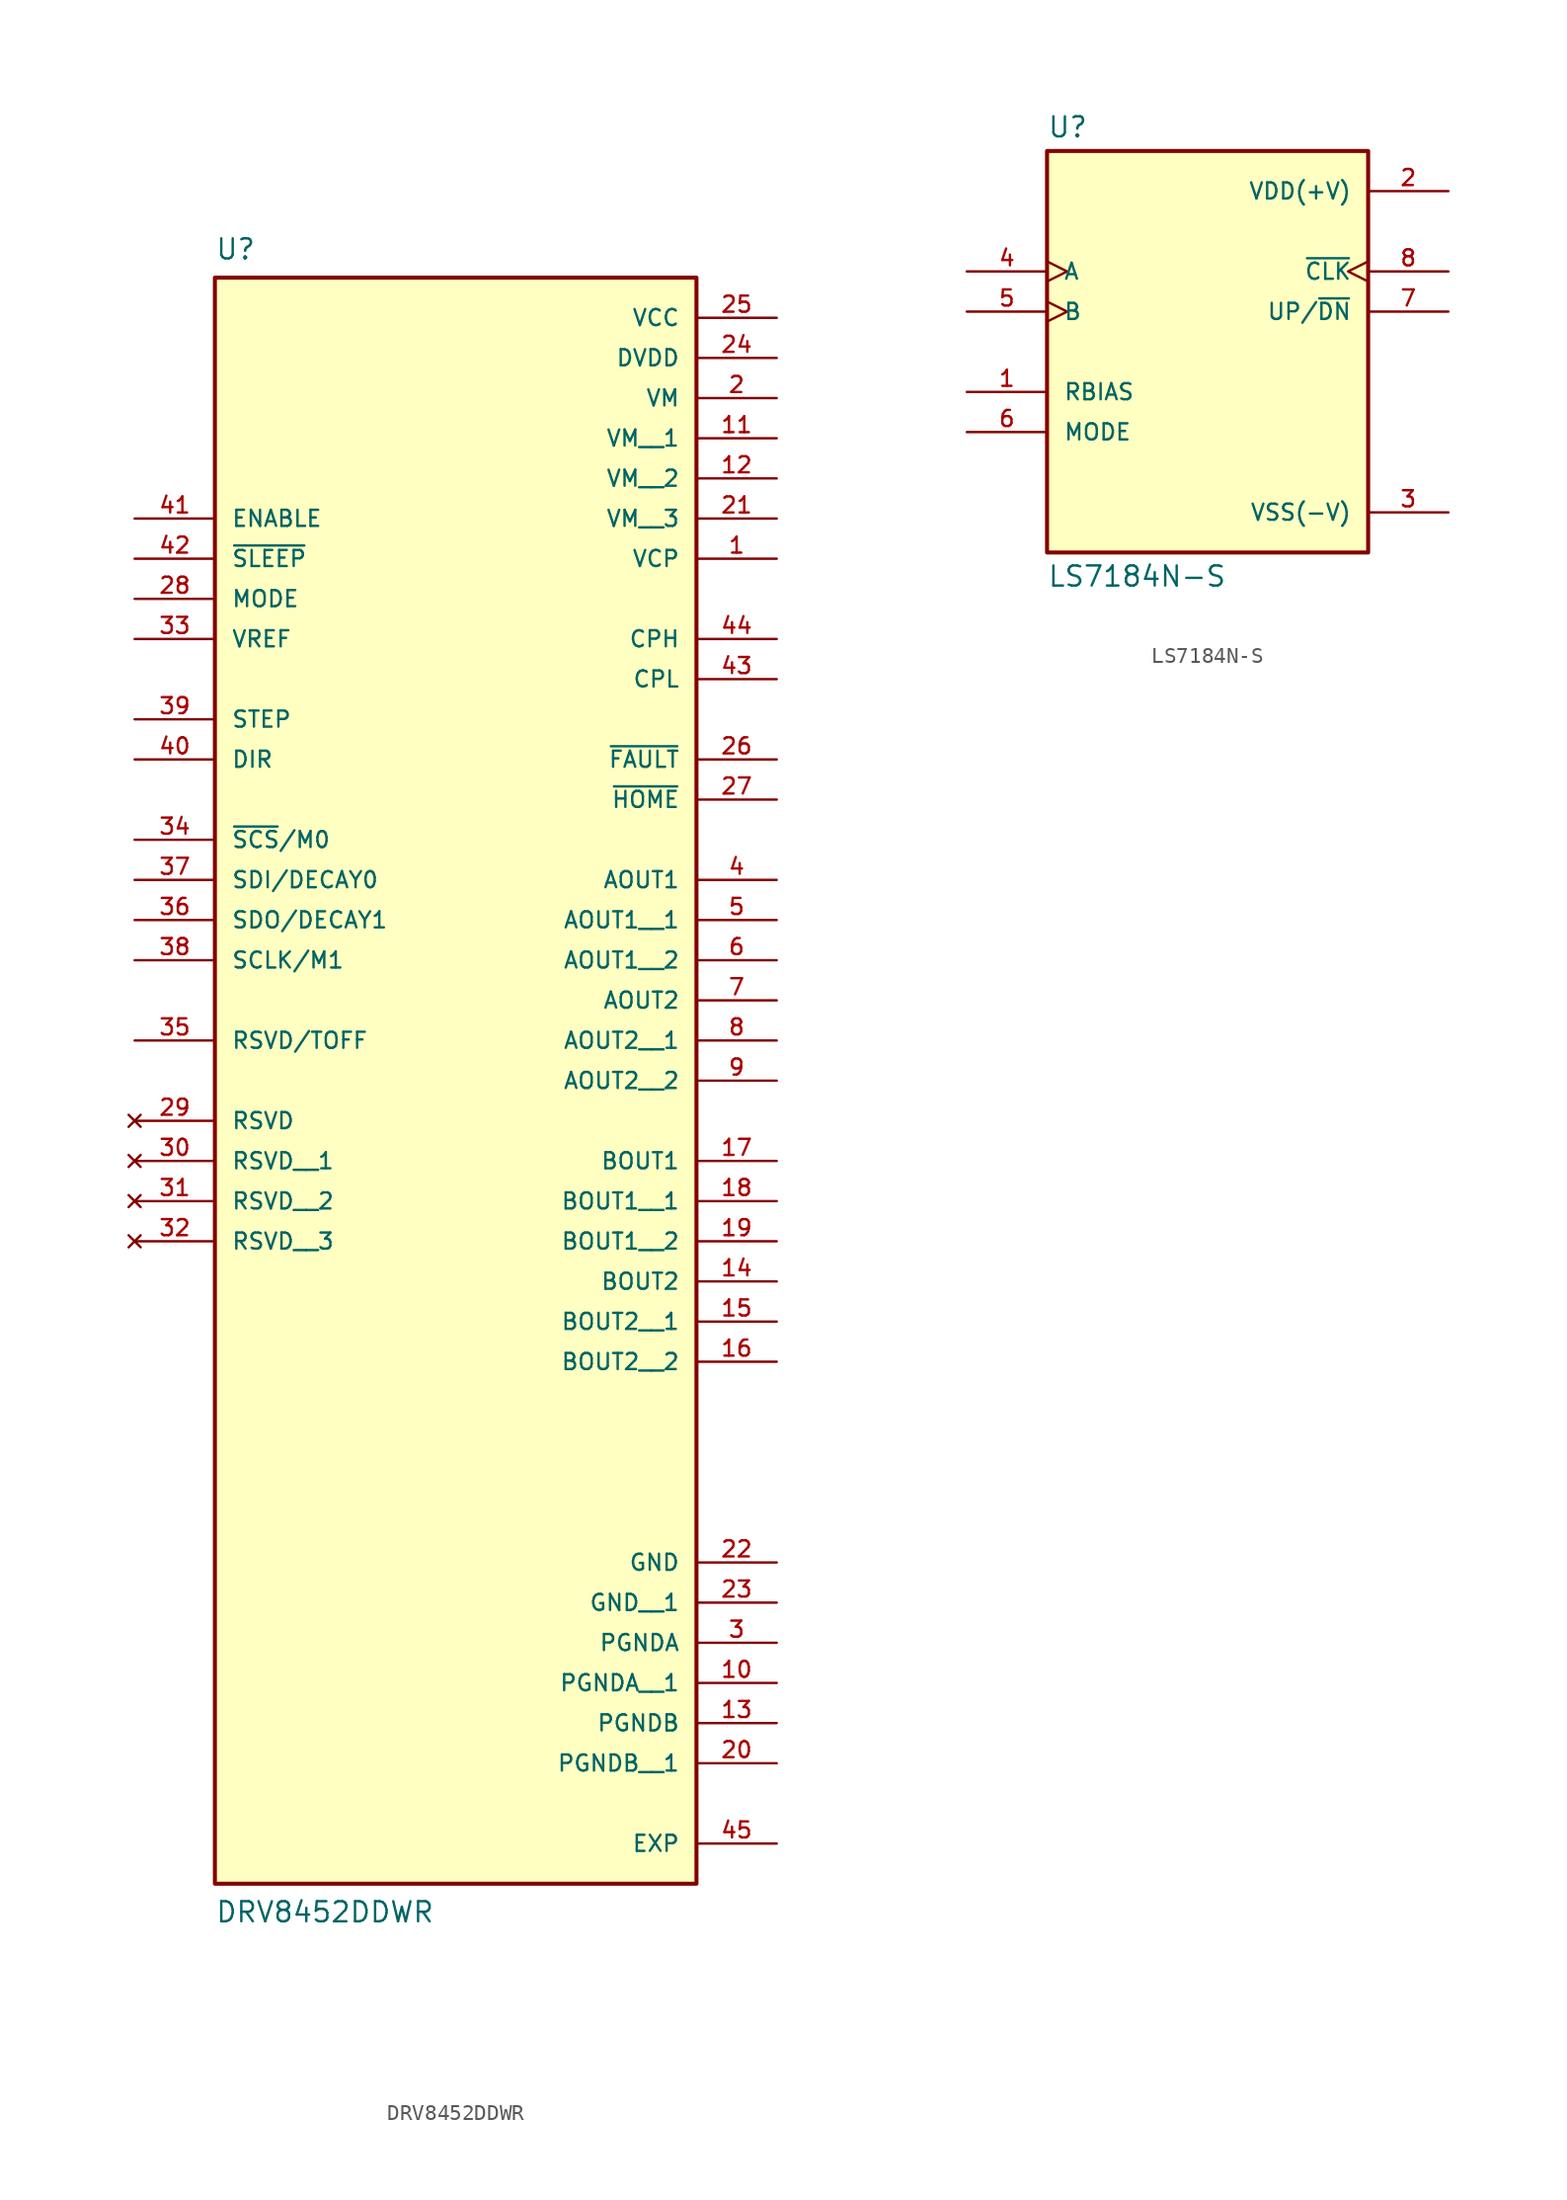
<source format=kicad_sym>
(kicad_symbol_lib
  (version 20241209)
  (generator "kicad_symbol_editor")
  (generator_version "9.0")
  (symbol "DRV8452DDWR"
    (pin_names
      (offset 1.016))
    (property "Reference" "U"
      (at -15.24 35.56 0)
      (effects (font (size 1.27 1.27)) (justify left top)))
    (property "Value" "DRV8452DDWR"
      (at -15.24 -71.12 0)
      (effects (font (size 1.27 1.27)) (justify left bottom)))
    (symbol "DRV8452DDWR_0_0"
      (rectangle (start -15.24 -68.58) (end 15.24 33.02) (stroke (width 0.254) (type default)) (fill (type background)))
      (pin input line (at -20.32 17.78 0) (length 5.08) (name "ENABLE" (effects (font (size 1.016 1.016)))) (number "41" (effects (font (size 1.016 1.016)))))
      (pin input line (at -20.32 15.24 0) (length 5.08) (name "~{SLEEP}" (effects (font (size 1.016 1.016)))) (number "42" (effects (font (size 1.016 1.016)))))
      (pin input line (at -20.32 12.7 0) (length 5.08) (name "MODE" (effects (font (size 1.016 1.016)))) (number "28" (effects (font (size 1.016 1.016)))))
      (pin input line (at -20.32 10.16 0) (length 5.08) (name "VREF" (effects (font (size 1.016 1.016)))) (number "33" (effects (font (size 1.016 1.016)))))
      (pin input line (at -20.32 5.08 0) (length 5.08) (name "STEP" (effects (font (size 1.016 1.016)))) (number "39" (effects (font (size 1.016 1.016)))))
      (pin input line (at -20.32 2.54 0) (length 5.08) (name "DIR" (effects (font (size 1.016 1.016)))) (number "40" (effects (font (size 1.016 1.016)))))
      (pin input line (at -20.32 -2.54 0) (length 5.08) (name "~{SCS}/M0" (effects (font (size 1.016 1.016)))) (number "34" (effects (font (size 1.016 1.016)))))
      (pin input line (at -20.32 -5.08 0) (length 5.08) (name "SDI/DECAY0" (effects (font (size 1.016 1.016)))) (number "37" (effects (font (size 1.016 1.016)))))
      (pin bidirectional line (at -20.32 -7.62 0) (length 5.08) (name "SDO/DECAY1" (effects (font (size 1.016 1.016)))) (number "36" (effects (font (size 1.016 1.016)))))
      (pin input line (at -20.32 -10.16 0) (length 5.08) (name "SCLK/M1" (effects (font (size 1.016 1.016)))) (number "38" (effects (font (size 1.016 1.016)))))
      (pin input line (at -20.32 -15.24 0) (length 5.08) (name "RSVD/TOFF" (effects (font (size 1.016 1.016)))) (number "35" (effects (font (size 1.016 1.016)))))
      (pin no_connect line (at -20.32 -20.32 0) (length 5.08) (name "RSVD" (effects (font (size 1.016 1.016)))) (number "29" (effects (font (size 1.016 1.016)))))
      (pin no_connect line (at -20.32 -22.86 0) (length 5.08) (name "RSVD__1" (effects (font (size 1.016 1.016)))) (number "30" (effects (font (size 1.016 1.016)))))
      (pin no_connect line (at -20.32 -25.4 0) (length 5.08) (name "RSVD__2" (effects (font (size 1.016 1.016)))) (number "31" (effects (font (size 1.016 1.016)))))
      (pin no_connect line (at -20.32 -27.94 0) (length 5.08) (name "RSVD__3" (effects (font (size 1.016 1.016)))) (number "32" (effects (font (size 1.016 1.016)))))
      (pin power_in line (at 20.32 30.48 180) (length 5.08) (name "VCC" (effects (font (size 1.016 1.016)))) (number "25" (effects (font (size 1.016 1.016)))))
      (pin power_in line (at 20.32 27.94 180) (length 5.08) (name "DVDD" (effects (font (size 1.016 1.016)))) (number "24" (effects (font (size 1.016 1.016)))))
      (pin power_in line (at 20.32 25.4 180) (length 5.08) (name "VM" (effects (font (size 1.016 1.016)))) (number "2" (effects (font (size 1.016 1.016)))))
      (pin power_in line (at 20.32 22.86 180) (length 5.08) (name "VM__1" (effects (font (size 1.016 1.016)))) (number "11" (effects (font (size 1.016 1.016)))))
      (pin power_in line (at 20.32 20.32 180) (length 5.08) (name "VM__2" (effects (font (size 1.016 1.016)))) (number "12" (effects (font (size 1.016 1.016)))))
      (pin power_in line (at 20.32 17.78 180) (length 5.08) (name "VM__3" (effects (font (size 1.016 1.016)))) (number "21" (effects (font (size 1.016 1.016)))))
      (pin power_in line (at 20.32 15.24 180) (length 5.08) (name "VCP" (effects (font (size 1.016 1.016)))) (number "1" (effects (font (size 1.016 1.016)))))
      (pin power_in line (at 20.32 10.16 180) (length 5.08) (name "CPH" (effects (font (size 1.016 1.016)))) (number "44" (effects (font (size 1.016 1.016)))))
      (pin power_in line (at 20.32 7.62 180) (length 5.08) (name "CPL" (effects (font (size 1.016 1.016)))) (number "43" (effects (font (size 1.016 1.016)))))
      (pin output line (at 20.32 2.54 180) (length 5.08) (name "~{FAULT}" (effects (font (size 1.016 1.016)))) (number "26" (effects (font (size 1.016 1.016)))))
      (pin output line (at 20.32 0 180) (length 5.08) (name "~{HOME}" (effects (font (size 1.016 1.016)))) (number "27" (effects (font (size 1.016 1.016)))))
      (pin output line (at 20.32 -5.08 180) (length 5.08) (name "AOUT1" (effects (font (size 1.016 1.016)))) (number "4" (effects (font (size 1.016 1.016)))))
      (pin output line (at 20.32 -7.62 180) (length 5.08) (name "AOUT1__1" (effects (font (size 1.016 1.016)))) (number "5" (effects (font (size 1.016 1.016)))))
      (pin output line (at 20.32 -10.16 180) (length 5.08) (name "AOUT1__2" (effects (font (size 1.016 1.016)))) (number "6" (effects (font (size 1.016 1.016)))))
      (pin output line (at 20.32 -12.7 180) (length 5.08) (name "AOUT2" (effects (font (size 1.016 1.016)))) (number "7" (effects (font (size 1.016 1.016)))))
      (pin output line (at 20.32 -15.24 180) (length 5.08) (name "AOUT2__1" (effects (font (size 1.016 1.016)))) (number "8" (effects (font (size 1.016 1.016)))))
      (pin output line (at 20.32 -17.78 180) (length 5.08) (name "AOUT2__2" (effects (font (size 1.016 1.016)))) (number "9" (effects (font (size 1.016 1.016)))))
      (pin output line (at 20.32 -22.86 180) (length 5.08) (name "BOUT1" (effects (font (size 1.016 1.016)))) (number "17" (effects (font (size 1.016 1.016)))))
      (pin output line (at 20.32 -25.4 180) (length 5.08) (name "BOUT1__1" (effects (font (size 1.016 1.016)))) (number "18" (effects (font (size 1.016 1.016)))))
      (pin output line (at 20.32 -27.94 180) (length 5.08) (name "BOUT1__2" (effects (font (size 1.016 1.016)))) (number "19" (effects (font (size 1.016 1.016)))))
      (pin output line (at 20.32 -30.48 180) (length 5.08) (name "BOUT2" (effects (font (size 1.016 1.016)))) (number "14" (effects (font (size 1.016 1.016)))))
      (pin output line (at 20.32 -33.02 180) (length 5.08) (name "BOUT2__1" (effects (font (size 1.016 1.016)))) (number "15" (effects (font (size 1.016 1.016)))))
      (pin output line (at 20.32 -35.56 180) (length 5.08) (name "BOUT2__2" (effects (font (size 1.016 1.016)))) (number "16" (effects (font (size 1.016 1.016)))))
      (pin power_in line (at 20.32 -48.26 180) (length 5.08) (name "GND" (effects (font (size 1.016 1.016)))) (number "22" (effects (font (size 1.016 1.016)))))
      (pin power_in line (at 20.32 -50.8 180) (length 5.08) (name "GND__1" (effects (font (size 1.016 1.016)))) (number "23" (effects (font (size 1.016 1.016)))))
      (pin power_in line (at 20.32 -53.34 180) (length 5.08) (name "PGNDA" (effects (font (size 1.016 1.016)))) (number "3" (effects (font (size 1.016 1.016)))))
      (pin power_in line (at 20.32 -55.88 180) (length 5.08) (name "PGNDA__1" (effects (font (size 1.016 1.016)))) (number "10" (effects (font (size 1.016 1.016)))))
      (pin power_in line (at 20.32 -58.42 180) (length 5.08) (name "PGNDB" (effects (font (size 1.016 1.016)))) (number "13" (effects (font (size 1.016 1.016)))))
      (pin power_in line (at 20.32 -60.96 180) (length 5.08) (name "PGNDB__1" (effects (font (size 1.016 1.016)))) (number "20" (effects (font (size 1.016 1.016)))))
      (pin power_in line (at 20.32 -66.04 180) (length 5.08) (name "EXP" (effects (font (size 1.016 1.016)))) (number "45" (effects (font (size 1.016 1.016)))))))
  (symbol "LS7184N-S"
    (pin_names
      (offset 1.016))
    (property "Reference" "U"
      (at -10.16 13.462 0)
      (effects (font (size 1.27 1.27)) (justify left bottom)))
    (property "Value" "LS7184N-S"
      (at -10.16 -13.462 0)
      (effects (font (size 1.27 1.27)) (justify left top)))
    (symbol "LS7184N-S_0_0"
      (rectangle (start -10.16 -12.7) (end 10.16 12.7) (stroke (width 0.254) (type default)) (fill (type background)))
      (pin input clock (at -15.24 5.08 0) (length 5.08) (name "A" (effects (font (size 1.016 1.016)))) (number "4" (effects (font (size 1.016 1.016)))))
      (pin input clock (at -15.24 2.54 0) (length 5.08) (name "B" (effects (font (size 1.016 1.016)))) (number "5" (effects (font (size 1.016 1.016)))))
      (pin input line (at -15.24 -2.54 0) (length 5.08) (name "RBIAS" (effects (font (size 1.016 1.016)))) (number "1" (effects (font (size 1.016 1.016)))))
      (pin input line (at -15.24 -5.08 0) (length 5.08) (name "MODE" (effects (font (size 1.016 1.016)))) (number "6" (effects (font (size 1.016 1.016)))))
      (pin power_in line (at 15.24 10.16 180) (length 5.08) (name "VDD(+V)" (effects (font (size 1.016 1.016)))) (number "2" (effects (font (size 1.016 1.016)))))
      (pin output clock (at 15.24 5.08 180) (length 5.08) (name "~{CLK}" (effects (font (size 1.016 1.016)))) (number "8" (effects (font (size 1.016 1.016)))))
      (pin output line (at 15.24 2.54 180) (length 5.08) (name "UP/~{DN}" (effects (font (size 1.016 1.016)))) (number "7" (effects (font (size 1.016 1.016)))))
      (pin power_in line (at 15.24 -10.16 180) (length 5.08) (name "VSS(-V)" (effects (font (size 1.016 1.016)))) (number "3" (effects (font (size 1.016 1.016))))))))
</source>
